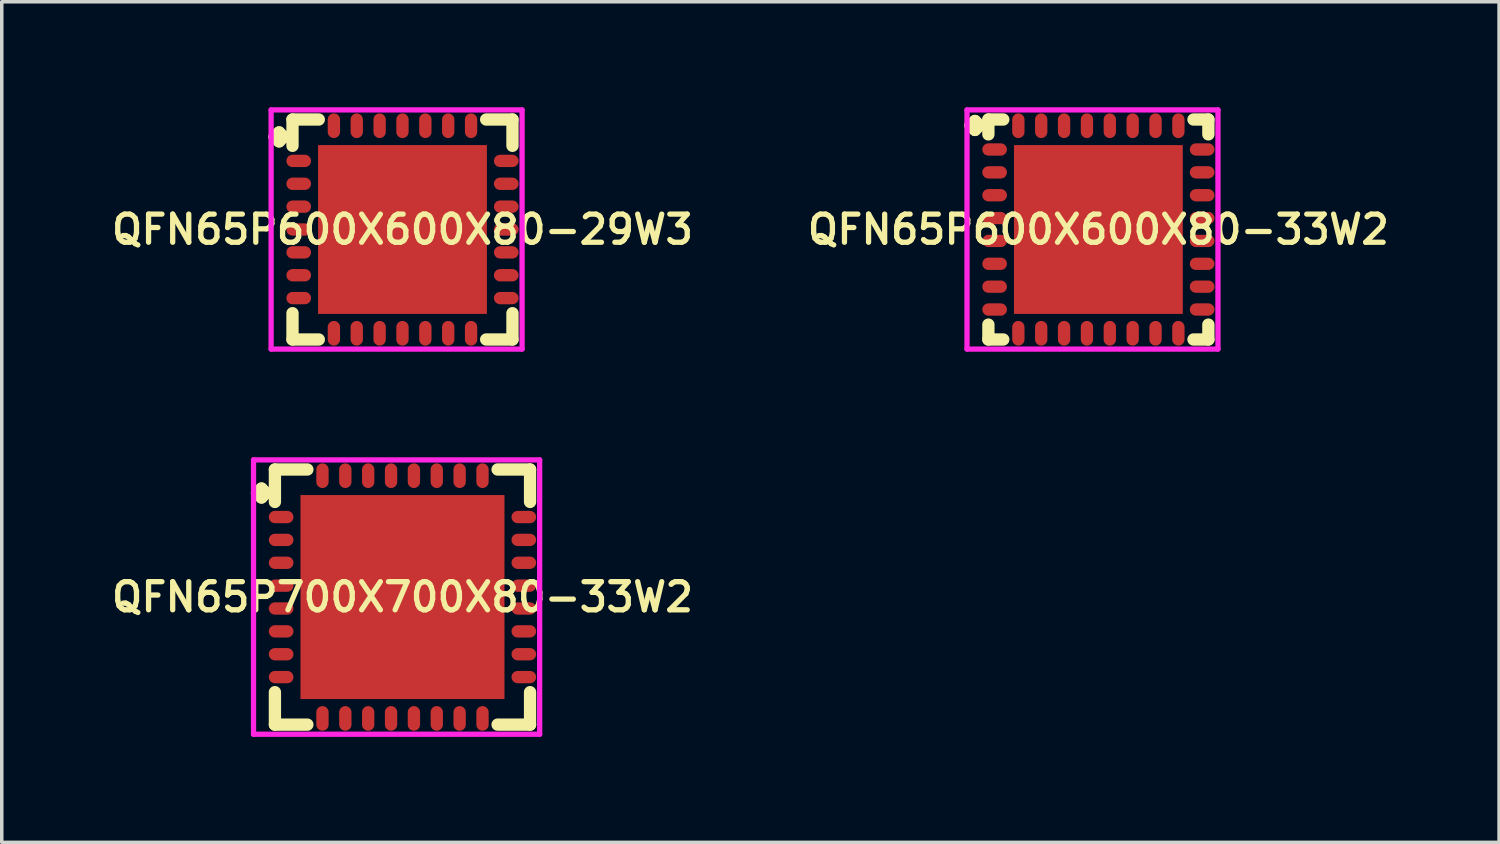
<source format=kicad_pcb>
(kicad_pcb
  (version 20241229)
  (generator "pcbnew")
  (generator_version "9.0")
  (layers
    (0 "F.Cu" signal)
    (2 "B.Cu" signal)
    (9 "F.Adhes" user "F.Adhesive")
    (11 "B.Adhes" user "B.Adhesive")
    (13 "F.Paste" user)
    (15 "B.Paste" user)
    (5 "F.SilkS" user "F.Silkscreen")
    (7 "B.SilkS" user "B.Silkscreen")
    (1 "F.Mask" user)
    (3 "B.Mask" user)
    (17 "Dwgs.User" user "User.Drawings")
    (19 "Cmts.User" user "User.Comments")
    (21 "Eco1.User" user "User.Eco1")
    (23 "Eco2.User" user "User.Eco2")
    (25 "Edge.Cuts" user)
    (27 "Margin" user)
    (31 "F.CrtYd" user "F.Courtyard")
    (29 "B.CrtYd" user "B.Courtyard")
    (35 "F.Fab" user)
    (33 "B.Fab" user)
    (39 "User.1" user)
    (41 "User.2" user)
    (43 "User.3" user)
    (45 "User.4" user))
  (footprint "QFN65P600X600X80-29W3"
    (layer "F.Cu")
    (at 8.393 3.475)
    (property "Reference" "QFN65P600X600X80-29W3" (at 0 0 0) (layer "F.SilkS") (effects (font (size 0.8 0.8) (thickness 0.15))))
    (attr smd)
    (fp_line (start -3.635 -2.633) (end -3.508 -2.76) (stroke (width 0.35) (type solid)) (layer "F.SilkS"))
    (fp_line (start -3.508 -2.76) (end -3.381 -2.633) (stroke (width 0.35) (type solid)) (layer "F.SilkS"))
    (fp_line (start -3.508 -2.506) (end -3.635 -2.633) (stroke (width 0.35) (type solid)) (layer "F.SilkS"))
    (fp_line (start -3.381 -2.633) (end -3.508 -2.506) (stroke (width 0.35) (type solid)) (layer "F.SilkS"))
    (fp_line (start -3.127 -3.127) (end -2.379 -3.127) (stroke (width 0.35) (type solid)) (layer "F.SilkS"))
    (fp_line (start -3.127 -2.379) (end -3.127 -3.127) (stroke (width 0.35) (type solid)) (layer "F.SilkS"))
    (fp_line (start -3.127 2.379) (end -3.127 3.127) (stroke (width 0.35) (type solid)) (layer "F.SilkS"))
    (fp_line (start -3.127 3.127) (end -2.379 3.127) (stroke (width 0.35) (type solid)) (layer "F.SilkS"))
    (fp_line (start 2.379 -3.127) (end 3.127 -3.127) (stroke (width 0.35) (type solid)) (layer "F.SilkS"))
    (fp_line (start 2.379 3.127) (end 3.127 3.127) (stroke (width 0.35) (type solid)) (layer "F.SilkS"))
    (fp_line (start 3.127 -3.127) (end 3.127 -2.379) (stroke (width 0.35) (type solid)) (layer "F.SilkS"))
    (fp_line (start 3.127 3.127) (end 3.127 2.379) (stroke (width 0.35) (type solid)) (layer "F.SilkS"))
    (fp_line (start -3.735 -3.4) (end 3.4 -3.4) (stroke (width 0.15) (type solid)) (layer "F.CrtYd"))
    (fp_line (start -3.735 3.4) (end -3.735 -3.4) (stroke (width 0.15) (type solid)) (layer "F.CrtYd"))
    (fp_line (start 3.4 -3.4) (end 3.4 3.4) (stroke (width 0.15) (type solid)) (layer "F.CrtYd"))
    (fp_line (start 3.4 3.4) (end -3.735 3.4) (stroke (width 0.15) (type solid)) (layer "F.CrtYd"))
    (pad "1" smd oval (at -2.95 -1.95) (size 0.7 0.35) (layers "F.Cu" "F.Mask" "F.Paste"))
    (pad "2" smd oval (at -2.95 -1.3) (size 0.7 0.35) (layers "F.Cu" "F.Mask" "F.Paste"))
    (pad "3" smd oval (at -2.95 -0.65) (size 0.7 0.35) (layers "F.Cu" "F.Mask" "F.Paste"))
    (pad "4" smd oval (at -2.95 0) (size 0.7 0.35) (layers "F.Cu" "F.Mask" "F.Paste"))
    (pad "5" smd oval (at -2.95 0.65) (size 0.7 0.35) (layers "F.Cu" "F.Mask" "F.Paste"))
    (pad "6" smd oval (at -2.95 1.3) (size 0.7 0.35) (layers "F.Cu" "F.Mask" "F.Paste"))
    (pad "7" smd oval (at -2.95 1.95) (size 0.7 0.35) (layers "F.Cu" "F.Mask" "F.Paste"))
    (pad "8" smd oval (at -1.95 2.95) (size 0.35 0.7) (layers "F.Cu" "F.Mask" "F.Paste"))
    (pad "9" smd oval (at -1.3 2.95) (size 0.35 0.7) (layers "F.Cu" "F.Mask" "F.Paste"))
    (pad "10" smd oval (at -0.65 2.95) (size 0.35 0.7) (layers "F.Cu" "F.Mask" "F.Paste"))
    (pad "11" smd oval (at 0 2.95) (size 0.35 0.7) (layers "F.Cu" "F.Mask" "F.Paste"))
    (pad "12" smd oval (at 0.65 2.95) (size 0.35 0.7) (layers "F.Cu" "F.Mask" "F.Paste"))
    (pad "13" smd oval (at 1.3 2.95) (size 0.35 0.7) (layers "F.Cu" "F.Mask" "F.Paste"))
    (pad "14" smd oval (at 1.95 2.95) (size 0.35 0.7) (layers "F.Cu" "F.Mask" "F.Paste"))
    (pad "15" smd oval (at 2.95 1.95) (size 0.7 0.35) (layers "F.Cu" "F.Mask" "F.Paste"))
    (pad "16" smd oval (at 2.95 1.3) (size 0.7 0.35) (layers "F.Cu" "F.Mask" "F.Paste"))
    (pad "17" smd oval (at 2.95 0.65) (size 0.7 0.35) (layers "F.Cu" "F.Mask" "F.Paste"))
    (pad "18" smd oval (at 2.95 0) (size 0.7 0.35) (layers "F.Cu" "F.Mask" "F.Paste"))
    (pad "19" smd oval (at 2.95 -0.65) (size 0.7 0.35) (layers "F.Cu" "F.Mask" "F.Paste"))
    (pad "20" smd oval (at 2.95 -1.3) (size 0.7 0.35) (layers "F.Cu" "F.Mask" "F.Paste"))
    (pad "21" smd oval (at 2.95 -1.95) (size 0.7 0.35) (layers "F.Cu" "F.Mask" "F.Paste"))
    (pad "22" smd oval (at 1.95 -2.95) (size 0.35 0.7) (layers "F.Cu" "F.Mask" "F.Paste"))
    (pad "23" smd oval (at 1.3 -2.95) (size 0.35 0.7) (layers "F.Cu" "F.Mask" "F.Paste"))
    (pad "24" smd oval (at 0.65 -2.95) (size 0.35 0.7) (layers "F.Cu" "F.Mask" "F.Paste"))
    (pad "25" smd oval (at 0 -2.95) (size 0.35 0.7) (layers "F.Cu" "F.Mask" "F.Paste"))
    (pad "26" smd oval (at -0.65 -2.95) (size 0.35 0.7) (layers "F.Cu" "F.Mask" "F.Paste"))
    (pad "27" smd oval (at -1.3 -2.95) (size 0.35 0.7) (layers "F.Cu" "F.Mask" "F.Paste"))
    (pad "28" smd oval (at -1.95 -2.95) (size 0.35 0.7) (layers "F.Cu" "F.Mask" "F.Paste"))
    (pad "29" smd rect (at 0 0) (size 4.8 4.8) (layers "F.Cu" "F.Mask" "F.Paste")))
  (footprint "QFN65P600X600X80-33W2"
    (layer "F.Cu")
    (at 28.178 3.475)
    (property "Reference" "QFN65P600X600X80-33W2" (at 0 0 0) (layer "F.SilkS") (effects (font (size 0.8 0.8) (thickness 0.15))))
    (attr smd)
    (fp_line (start -3.635 -2.958) (end -3.508 -3.085) (stroke (width 0.35) (type solid)) (layer "F.SilkS"))
    (fp_line (start -3.508 -3.085) (end -3.381 -2.958) (stroke (width 0.35) (type solid)) (layer "F.SilkS"))
    (fp_line (start -3.508 -2.831) (end -3.635 -2.958) (stroke (width 0.35) (type solid)) (layer "F.SilkS"))
    (fp_line (start -3.381 -2.958) (end -3.508 -2.831) (stroke (width 0.35) (type solid)) (layer "F.SilkS"))
    (fp_line (start -3.127 -3.127) (end -2.704 -3.127) (stroke (width 0.35) (type solid)) (layer "F.SilkS"))
    (fp_line (start -3.127 -2.704) (end -3.127 -3.127) (stroke (width 0.35) (type solid)) (layer "F.SilkS"))
    (fp_line (start -3.127 2.704) (end -3.127 3.127) (stroke (width 0.35) (type solid)) (layer "F.SilkS"))
    (fp_line (start -3.127 3.127) (end -2.704 3.127) (stroke (width 0.35) (type solid)) (layer "F.SilkS"))
    (fp_line (start 2.704 -3.127) (end 3.127 -3.127) (stroke (width 0.35) (type solid)) (layer "F.SilkS"))
    (fp_line (start 2.704 3.127) (end 3.127 3.127) (stroke (width 0.35) (type solid)) (layer "F.SilkS"))
    (fp_line (start 3.127 -3.127) (end 3.127 -2.704) (stroke (width 0.35) (type solid)) (layer "F.SilkS"))
    (fp_line (start 3.127 3.127) (end 3.127 2.704) (stroke (width 0.35) (type solid)) (layer "F.SilkS"))
    (fp_line (start -3.735 -3.4) (end 3.4 -3.4) (stroke (width 0.15) (type solid)) (layer "F.CrtYd"))
    (fp_line (start -3.735 3.4) (end -3.735 -3.4) (stroke (width 0.15) (type solid)) (layer "F.CrtYd"))
    (fp_line (start 3.4 -3.4) (end 3.4 3.4) (stroke (width 0.15) (type solid)) (layer "F.CrtYd"))
    (fp_line (start 3.4 3.4) (end -3.735 3.4) (stroke (width 0.15) (type solid)) (layer "F.CrtYd"))
    (pad "1" smd oval (at -2.95 -2.275) (size 0.7 0.35) (layers "F.Cu" "F.Mask" "F.Paste"))
    (pad "2" smd oval (at -2.95 -1.625) (size 0.7 0.35) (layers "F.Cu" "F.Mask" "F.Paste"))
    (pad "3" smd oval (at -2.95 -0.975) (size 0.7 0.35) (layers "F.Cu" "F.Mask" "F.Paste"))
    (pad "4" smd oval (at -2.95 -0.325) (size 0.7 0.35) (layers "F.Cu" "F.Mask" "F.Paste"))
    (pad "5" smd oval (at -2.95 0.325) (size 0.7 0.35) (layers "F.Cu" "F.Mask" "F.Paste"))
    (pad "6" smd oval (at -2.95 0.975) (size 0.7 0.35) (layers "F.Cu" "F.Mask" "F.Paste"))
    (pad "7" smd oval (at -2.95 1.625) (size 0.7 0.35) (layers "F.Cu" "F.Mask" "F.Paste"))
    (pad "8" smd oval (at -2.95 2.275) (size 0.7 0.35) (layers "F.Cu" "F.Mask" "F.Paste"))
    (pad "9" smd oval (at -2.275 2.95) (size 0.35 0.7) (layers "F.Cu" "F.Mask" "F.Paste"))
    (pad "10" smd oval (at -1.625 2.95) (size 0.35 0.7) (layers "F.Cu" "F.Mask" "F.Paste"))
    (pad "11" smd oval (at -0.975 2.95) (size 0.35 0.7) (layers "F.Cu" "F.Mask" "F.Paste"))
    (pad "12" smd oval (at -0.325 2.95) (size 0.35 0.7) (layers "F.Cu" "F.Mask" "F.Paste"))
    (pad "13" smd oval (at 0.325 2.95) (size 0.35 0.7) (layers "F.Cu" "F.Mask" "F.Paste"))
    (pad "14" smd oval (at 0.975 2.95) (size 0.35 0.7) (layers "F.Cu" "F.Mask" "F.Paste"))
    (pad "15" smd oval (at 1.625 2.95) (size 0.35 0.7) (layers "F.Cu" "F.Mask" "F.Paste"))
    (pad "16" smd oval (at 2.275 2.95) (size 0.35 0.7) (layers "F.Cu" "F.Mask" "F.Paste"))
    (pad "17" smd oval (at 2.95 2.275) (size 0.7 0.35) (layers "F.Cu" "F.Mask" "F.Paste"))
    (pad "18" smd oval (at 2.95 1.625) (size 0.7 0.35) (layers "F.Cu" "F.Mask" "F.Paste"))
    (pad "19" smd oval (at 2.95 0.975) (size 0.7 0.35) (layers "F.Cu" "F.Mask" "F.Paste"))
    (pad "20" smd oval (at 2.95 0.325) (size 0.7 0.35) (layers "F.Cu" "F.Mask" "F.Paste"))
    (pad "21" smd oval (at 2.95 -0.325) (size 0.7 0.35) (layers "F.Cu" "F.Mask" "F.Paste"))
    (pad "22" smd oval (at 2.95 -0.975) (size 0.7 0.35) (layers "F.Cu" "F.Mask" "F.Paste"))
    (pad "23" smd oval (at 2.95 -1.625) (size 0.7 0.35) (layers "F.Cu" "F.Mask" "F.Paste"))
    (pad "24" smd oval (at 2.95 -2.275) (size 0.7 0.35) (layers "F.Cu" "F.Mask" "F.Paste"))
    (pad "25" smd oval (at 2.275 -2.95) (size 0.35 0.7) (layers "F.Cu" "F.Mask" "F.Paste"))
    (pad "26" smd oval (at 1.625 -2.95) (size 0.35 0.7) (layers "F.Cu" "F.Mask" "F.Paste"))
    (pad "27" smd oval (at 0.975 -2.95) (size 0.35 0.7) (layers "F.Cu" "F.Mask" "F.Paste"))
    (pad "28" smd oval (at 0.325 -2.95) (size 0.35 0.7) (layers "F.Cu" "F.Mask" "F.Paste"))
    (pad "29" smd oval (at -0.325 -2.95) (size 0.35 0.7) (layers "F.Cu" "F.Mask" "F.Paste"))
    (pad "30" smd oval (at -0.975 -2.95) (size 0.35 0.7) (layers "F.Cu" "F.Mask" "F.Paste"))
    (pad "31" smd oval (at -1.625 -2.95) (size 0.35 0.7) (layers "F.Cu" "F.Mask" "F.Paste"))
    (pad "32" smd oval (at -2.275 -2.95) (size 0.35 0.7) (layers "F.Cu" "F.Mask" "F.Paste"))
    (pad "33" smd rect (at 0 0) (size 4.8 4.8) (layers "F.Cu" "F.Mask" "F.Paste")))
  (footprint "QFN65P700X700X80-33W2"
    (layer "F.Cu")
    (at 8.393 13.925)
    (property "Reference" "QFN65P700X700X80-33W2" (at 0 0 0) (layer "F.SilkS") (effects (font (size 0.8 0.8) (thickness 0.15))))
    (attr smd)
    (fp_line (start -4.135 -2.958) (end -4.008 -3.085) (stroke (width 0.35) (type solid)) (layer "F.SilkS"))
    (fp_line (start -4.008 -3.085) (end -3.881 -2.958) (stroke (width 0.35) (type solid)) (layer "F.SilkS"))
    (fp_line (start -4.008 -2.831) (end -4.135 -2.958) (stroke (width 0.35) (type solid)) (layer "F.SilkS"))
    (fp_line (start -3.881 -2.958) (end -4.008 -2.831) (stroke (width 0.35) (type solid)) (layer "F.SilkS"))
    (fp_line (start -3.627 -3.627) (end -2.704 -3.627) (stroke (width 0.35) (type solid)) (layer "F.SilkS"))
    (fp_line (start -3.627 -2.704) (end -3.627 -3.627) (stroke (width 0.35) (type solid)) (layer "F.SilkS"))
    (fp_line (start -3.627 2.704) (end -3.627 3.627) (stroke (width 0.35) (type solid)) (layer "F.SilkS"))
    (fp_line (start -3.627 3.627) (end -2.704 3.627) (stroke (width 0.35) (type solid)) (layer "F.SilkS"))
    (fp_line (start 2.704 -3.627) (end 3.627 -3.627) (stroke (width 0.35) (type solid)) (layer "F.SilkS"))
    (fp_line (start 2.704 3.627) (end 3.627 3.627) (stroke (width 0.35) (type solid)) (layer "F.SilkS"))
    (fp_line (start 3.627 -3.627) (end 3.627 -2.704) (stroke (width 0.35) (type solid)) (layer "F.SilkS"))
    (fp_line (start 3.627 3.627) (end 3.627 2.704) (stroke (width 0.35) (type solid)) (layer "F.SilkS"))
    (fp_line (start -4.235 -3.9) (end 3.9 -3.9) (stroke (width 0.15) (type solid)) (layer "F.CrtYd"))
    (fp_line (start -4.235 3.9) (end -4.235 -3.9) (stroke (width 0.15) (type solid)) (layer "F.CrtYd"))
    (fp_line (start 3.9 -3.9) (end 3.9 3.9) (stroke (width 0.15) (type solid)) (layer "F.CrtYd"))
    (fp_line (start 3.9 3.9) (end -4.235 3.9) (stroke (width 0.15) (type solid)) (layer "F.CrtYd"))
    (pad "1" smd oval (at -3.45 -2.275) (size 0.7 0.35) (layers "F.Cu" "F.Mask" "F.Paste"))
    (pad "2" smd oval (at -3.45 -1.625) (size 0.7 0.35) (layers "F.Cu" "F.Mask" "F.Paste"))
    (pad "3" smd oval (at -3.45 -0.975) (size 0.7 0.35) (layers "F.Cu" "F.Mask" "F.Paste"))
    (pad "4" smd oval (at -3.45 -0.325) (size 0.7 0.35) (layers "F.Cu" "F.Mask" "F.Paste"))
    (pad "5" smd oval (at -3.45 0.325) (size 0.7 0.35) (layers "F.Cu" "F.Mask" "F.Paste"))
    (pad "6" smd oval (at -3.45 0.975) (size 0.7 0.35) (layers "F.Cu" "F.Mask" "F.Paste"))
    (pad "7" smd oval (at -3.45 1.625) (size 0.7 0.35) (layers "F.Cu" "F.Mask" "F.Paste"))
    (pad "8" smd oval (at -3.45 2.275) (size 0.7 0.35) (layers "F.Cu" "F.Mask" "F.Paste"))
    (pad "9" smd oval (at -2.275 3.45) (size 0.35 0.7) (layers "F.Cu" "F.Mask" "F.Paste"))
    (pad "10" smd oval (at -1.625 3.45) (size 0.35 0.7) (layers "F.Cu" "F.Mask" "F.Paste"))
    (pad "11" smd oval (at -0.975 3.45) (size 0.35 0.7) (layers "F.Cu" "F.Mask" "F.Paste"))
    (pad "12" smd oval (at -0.325 3.45) (size 0.35 0.7) (layers "F.Cu" "F.Mask" "F.Paste"))
    (pad "13" smd oval (at 0.325 3.45) (size 0.35 0.7) (layers "F.Cu" "F.Mask" "F.Paste"))
    (pad "14" smd oval (at 0.975 3.45) (size 0.35 0.7) (layers "F.Cu" "F.Mask" "F.Paste"))
    (pad "15" smd oval (at 1.625 3.45) (size 0.35 0.7) (layers "F.Cu" "F.Mask" "F.Paste"))
    (pad "16" smd oval (at 2.275 3.45) (size 0.35 0.7) (layers "F.Cu" "F.Mask" "F.Paste"))
    (pad "17" smd oval (at 3.45 2.275) (size 0.7 0.35) (layers "F.Cu" "F.Mask" "F.Paste"))
    (pad "18" smd oval (at 3.45 1.625) (size 0.7 0.35) (layers "F.Cu" "F.Mask" "F.Paste"))
    (pad "19" smd oval (at 3.45 0.975) (size 0.7 0.35) (layers "F.Cu" "F.Mask" "F.Paste"))
    (pad "20" smd oval (at 3.45 0.325) (size 0.7 0.35) (layers "F.Cu" "F.Mask" "F.Paste"))
    (pad "21" smd oval (at 3.45 -0.325) (size 0.7 0.35) (layers "F.Cu" "F.Mask" "F.Paste"))
    (pad "22" smd oval (at 3.45 -0.975) (size 0.7 0.35) (layers "F.Cu" "F.Mask" "F.Paste"))
    (pad "23" smd oval (at 3.45 -1.625) (size 0.7 0.35) (layers "F.Cu" "F.Mask" "F.Paste"))
    (pad "24" smd oval (at 3.45 -2.275) (size 0.7 0.35) (layers "F.Cu" "F.Mask" "F.Paste"))
    (pad "25" smd oval (at 2.275 -3.45) (size 0.35 0.7) (layers "F.Cu" "F.Mask" "F.Paste"))
    (pad "26" smd oval (at 1.625 -3.45) (size 0.35 0.7) (layers "F.Cu" "F.Mask" "F.Paste"))
    (pad "27" smd oval (at 0.975 -3.45) (size 0.35 0.7) (layers "F.Cu" "F.Mask" "F.Paste"))
    (pad "28" smd oval (at 0.325 -3.45) (size 0.35 0.7) (layers "F.Cu" "F.Mask" "F.Paste"))
    (pad "29" smd oval (at -0.325 -3.45) (size 0.35 0.7) (layers "F.Cu" "F.Mask" "F.Paste"))
    (pad "30" smd oval (at -0.975 -3.45) (size 0.35 0.7) (layers "F.Cu" "F.Mask" "F.Paste"))
    (pad "31" smd oval (at -1.625 -3.45) (size 0.35 0.7) (layers "F.Cu" "F.Mask" "F.Paste"))
    (pad "32" smd oval (at -2.275 -3.45) (size 0.35 0.7) (layers "F.Cu" "F.Mask" "F.Paste"))
    (pad "33" smd rect (at 0 0) (size 5.8 5.8) (layers "F.Cu" "F.Mask" "F.Paste")))
  (gr_rect
    (start -3 -3)
    (end 39.57 20.9)
    (stroke (width 0.1) (type default))
    (fill no)
    (layer "Edge.Cuts")))
</source>
